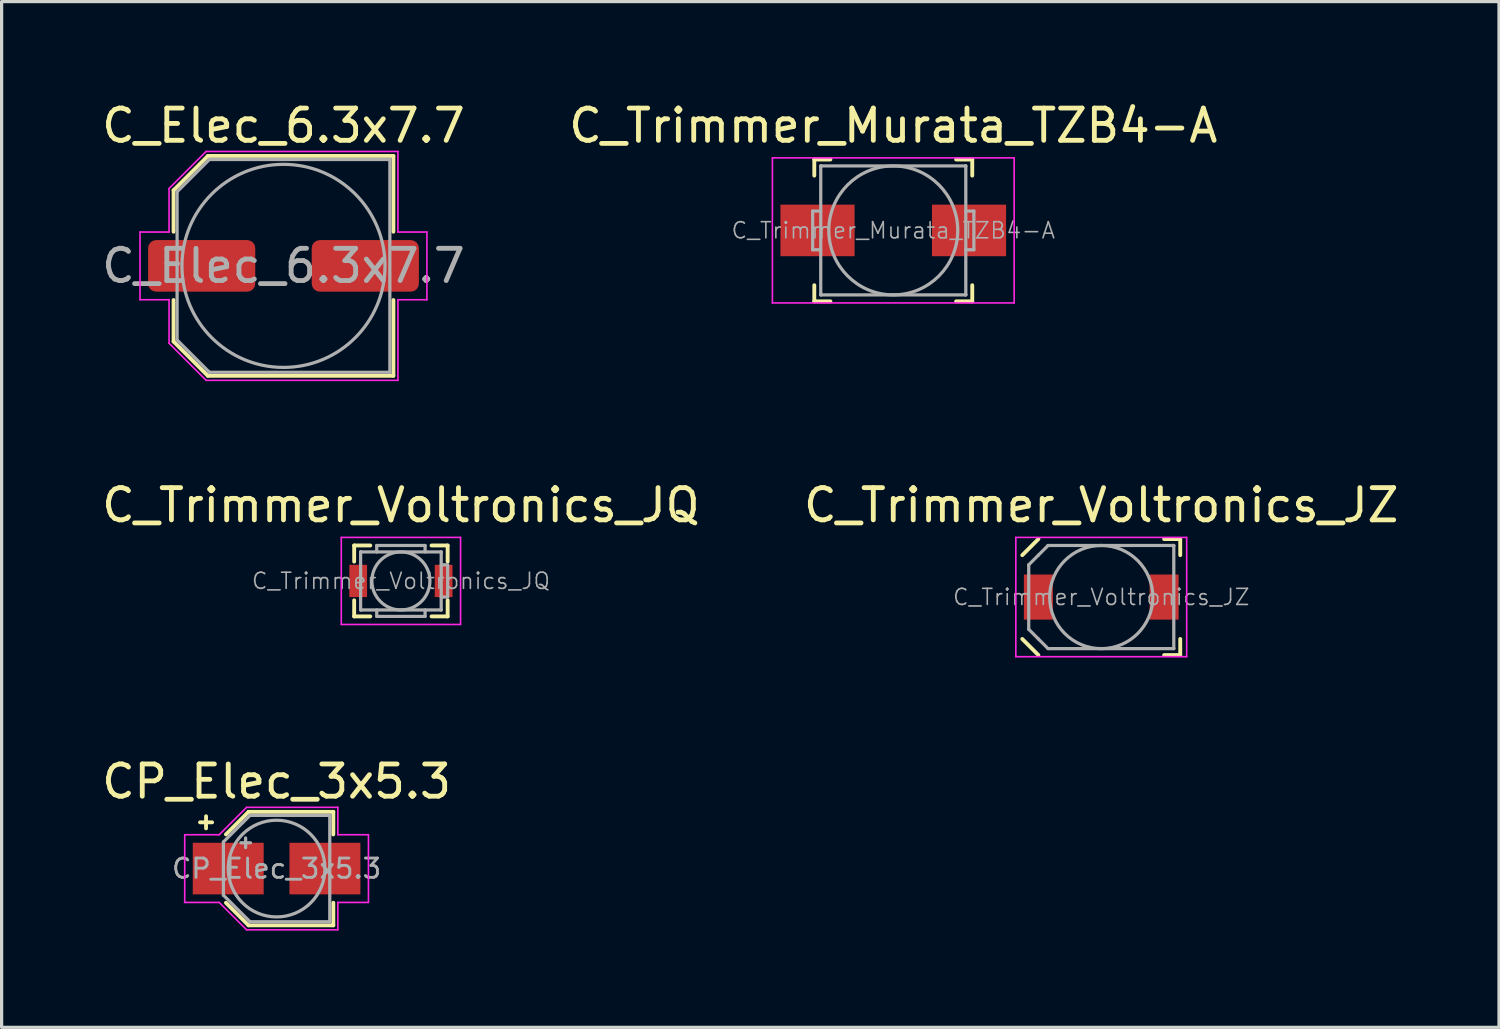
<source format=kicad_pcb>
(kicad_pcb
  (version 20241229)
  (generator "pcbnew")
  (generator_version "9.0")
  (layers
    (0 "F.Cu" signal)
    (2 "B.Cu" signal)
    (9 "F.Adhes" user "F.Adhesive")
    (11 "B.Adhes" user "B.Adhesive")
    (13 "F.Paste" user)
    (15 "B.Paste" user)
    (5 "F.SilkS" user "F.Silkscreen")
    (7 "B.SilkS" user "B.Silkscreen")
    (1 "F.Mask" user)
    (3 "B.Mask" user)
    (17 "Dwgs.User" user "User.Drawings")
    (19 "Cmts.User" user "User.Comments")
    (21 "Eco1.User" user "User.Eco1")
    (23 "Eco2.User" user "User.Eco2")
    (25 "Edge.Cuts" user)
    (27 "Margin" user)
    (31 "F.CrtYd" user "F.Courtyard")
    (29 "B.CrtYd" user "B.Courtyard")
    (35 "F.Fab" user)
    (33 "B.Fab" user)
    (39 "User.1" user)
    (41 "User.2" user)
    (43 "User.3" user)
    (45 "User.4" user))
  (footprint "CP_Elec_3x5.3"
    (layer "F.Cu")
    (at 5.53 23.895)
    (property "Reference" "CP_Elec_3x5.3" (at 0 -2.7 0) (layer "F.SilkS") (effects (font (size 1 1) (thickness 0.15))))
    (attr smd)
    (fp_line (start -2.375 -1.435) (end -2 -1.435) (stroke (width 0.12) (type solid)) (layer "F.SilkS"))
    (fp_line (start -2.188 -1.623) (end -2.188 -1.248) (stroke (width 0.12) (type solid)) (layer "F.SilkS"))
    (fp_line (start -1.571 -1.06) (end -0.871 -1.76) (stroke (width 0.12) (type solid)) (layer "F.SilkS"))
    (fp_line (start -1.571 1.06) (end -0.871 1.76) (stroke (width 0.12) (type solid)) (layer "F.SilkS"))
    (fp_line (start -0.871 -1.76) (end 1.76 -1.76) (stroke (width 0.12) (type solid)) (layer "F.SilkS"))
    (fp_line (start -0.871 1.76) (end 1.76 1.76) (stroke (width 0.12) (type solid)) (layer "F.SilkS"))
    (fp_line (start 1.76 -1.76) (end 1.76 -1.06) (stroke (width 0.12) (type solid)) (layer "F.SilkS"))
    (fp_line (start 1.76 1.76) (end 1.76 1.06) (stroke (width 0.12) (type solid)) (layer "F.SilkS"))
    (fp_line (start -2.85 -1.05) (end -2.85 1.05) (stroke (width 0.05) (type solid)) (layer "F.CrtYd"))
    (fp_line (start -2.85 1.05) (end -1.78 1.05) (stroke (width 0.05) (type solid)) (layer "F.CrtYd"))
    (fp_line (start -1.78 -1.05) (end -2.85 -1.05) (stroke (width 0.05) (type solid)) (layer "F.CrtYd"))
    (fp_line (start -1.78 -1.05) (end -0.93 -1.9) (stroke (width 0.05) (type solid)) (layer "F.CrtYd"))
    (fp_line (start -1.78 1.05) (end -0.93 1.9) (stroke (width 0.05) (type solid)) (layer "F.CrtYd"))
    (fp_line (start -0.93 -1.9) (end 1.9 -1.9) (stroke (width 0.05) (type solid)) (layer "F.CrtYd"))
    (fp_line (start -0.93 1.9) (end 1.9 1.9) (stroke (width 0.05) (type solid)) (layer "F.CrtYd"))
    (fp_line (start 1.9 -1.9) (end 1.9 -1.05) (stroke (width 0.05) (type solid)) (layer "F.CrtYd"))
    (fp_line (start 1.9 -1.05) (end 2.85 -1.05) (stroke (width 0.05) (type solid)) (layer "F.CrtYd"))
    (fp_line (start 1.9 1.05) (end 1.9 1.9) (stroke (width 0.05) (type solid)) (layer "F.CrtYd"))
    (fp_line (start 2.85 -1.05) (end 2.85 1.05) (stroke (width 0.05) (type solid)) (layer "F.CrtYd"))
    (fp_line (start 2.85 1.05) (end 1.9 1.05) (stroke (width 0.05) (type solid)) (layer "F.CrtYd"))
    (fp_line (start -1.65 -0.825) (end -1.65 0.825) (stroke (width 0.1) (type solid)) (layer "F.Fab"))
    (fp_line (start -1.65 -0.825) (end -0.825 -1.65) (stroke (width 0.1) (type solid)) (layer "F.Fab"))
    (fp_line (start -1.65 0.825) (end -0.825 1.65) (stroke (width 0.1) (type solid)) (layer "F.Fab"))
    (fp_line (start -1.11 -0.8) (end -0.81 -0.8) (stroke (width 0.1) (type solid)) (layer "F.Fab"))
    (fp_line (start -0.96 -0.95) (end -0.96 -0.65) (stroke (width 0.1) (type solid)) (layer "F.Fab"))
    (fp_line (start -0.825 -1.65) (end 1.65 -1.65) (stroke (width 0.1) (type solid)) (layer "F.Fab"))
    (fp_line (start -0.825 1.65) (end 1.65 1.65) (stroke (width 0.1) (type solid)) (layer "F.Fab"))
    (fp_line (start 1.65 -1.65) (end 1.65 1.65) (stroke (width 0.1) (type solid)) (layer "F.Fab"))
    (fp_circle (center 0 0) (end 1.5 0) (stroke (width 0.1) (type solid)) (fill no) (layer "F.Fab"))
    (fp_text user "${REFERENCE}" (at 0 0 0) (layer "F.Fab") (effects (font (size 0.6 0.6) (thickness 0.09))))
    (pad "1" smd rect (at -1.5 0) (size 2.2 1.6) (layers "F.Cu" "F.Mask" "F.Paste"))
    (pad "2" smd rect (at 1.5 0) (size 2.2 1.6) (layers "F.Cu" "F.Mask" "F.Paste")))
  (footprint "C_Trimmer_Voltronics_JQ"
    (layer "F.Cu")
    (at 9.387 14.972)
    (property "Reference" "C_Trimmer_Voltronics_JQ" (at 0 -2.35 0) (layer "F.SilkS") (effects (font (size 1 1) (thickness 0.15))))
    (attr smd)
    (fp_line (start -1.45 -1.1) (end -1.45 -0.6) (stroke (width 0.12) (type solid)) (layer "F.SilkS"))
    (fp_line (start -1.45 -1.1) (end -0.95 -1.1) (stroke (width 0.12) (type solid)) (layer "F.SilkS"))
    (fp_line (start -1.45 1.1) (end -1.45 0.6) (stroke (width 0.12) (type solid)) (layer "F.SilkS"))
    (fp_line (start -1.45 1.1) (end -0.95 1.1) (stroke (width 0.12) (type solid)) (layer "F.SilkS"))
    (fp_line (start 1.45 -1.1) (end 0.95 -1.1) (stroke (width 0.12) (type solid)) (layer "F.SilkS"))
    (fp_line (start 1.45 -1.1) (end 1.45 -0.6) (stroke (width 0.12) (type solid)) (layer "F.SilkS"))
    (fp_line (start 1.45 1.1) (end 0.95 1.1) (stroke (width 0.12) (type solid)) (layer "F.SilkS"))
    (fp_line (start 1.45 1.1) (end 1.45 0.6) (stroke (width 0.12) (type solid)) (layer "F.SilkS"))
    (fp_line (start -1.85 -1.35) (end -1.85 1.35) (stroke (width 0.05) (type solid)) (layer "F.CrtYd"))
    (fp_line (start -1.85 1.35) (end 1.85 1.35) (stroke (width 0.05) (type solid)) (layer "F.CrtYd"))
    (fp_line (start 1.85 -1.35) (end -1.85 -1.35) (stroke (width 0.05) (type solid)) (layer "F.CrtYd"))
    (fp_line (start 1.85 1.35) (end 1.85 -1.35) (stroke (width 0.05) (type solid)) (layer "F.CrtYd"))
    (fp_line (start -1.25 -0.9) (end -1.24 -0.9) (stroke (width 0.1) (type solid)) (layer "F.Fab"))
    (fp_line (start -1.25 -0.89) (end -1.25 -0.9) (stroke (width 0.1) (type solid)) (layer "F.Fab"))
    (fp_line (start -1.25 0.89) (end -1.25 -0.89) (stroke (width 0.1) (type solid)) (layer "F.Fab"))
    (fp_line (start -1.25 0.9) (end -1.25 0.89) (stroke (width 0.1) (type solid)) (layer "F.Fab"))
    (fp_line (start -1.24 -0.9) (end 1.24 -0.9) (stroke (width 0.1) (type solid)) (layer "F.Fab"))
    (fp_line (start -1.24 0.9) (end -1.25 0.9) (stroke (width 0.1) (type solid)) (layer "F.Fab"))
    (fp_line (start -0.75 -1.1) (end 0.75 -1.1) (stroke (width 0.1) (type solid)) (layer "F.Fab"))
    (fp_line (start -0.75 -0.9) (end -0.75 -1.1) (stroke (width 0.1) (type solid)) (layer "F.Fab"))
    (fp_line (start -0.75 0.9) (end -0.75 1.1) (stroke (width 0.1) (type solid)) (layer "F.Fab"))
    (fp_line (start -0.75 1.1) (end 0.75 1.1) (stroke (width 0.1) (type solid)) (layer "F.Fab"))
    (fp_line (start 0.75 -1.1) (end 0.75 -0.9) (stroke (width 0.1) (type solid)) (layer "F.Fab"))
    (fp_line (start 0.75 1.1) (end 0.75 0.9) (stroke (width 0.1) (type solid)) (layer "F.Fab"))
    (fp_line (start 1.24 -0.9) (end 1.25 -0.9) (stroke (width 0.1) (type solid)) (layer "F.Fab"))
    (fp_line (start 1.24 0.9) (end -1.24 0.9) (stroke (width 0.1) (type solid)) (layer "F.Fab"))
    (fp_line (start 1.25 -0.9) (end 1.25 -0.89) (stroke (width 0.1) (type solid)) (layer "F.Fab"))
    (fp_line (start 1.25 -0.89) (end 1.25 0.89) (stroke (width 0.1) (type solid)) (layer "F.Fab"))
    (fp_line (start 1.25 -0.5) (end 1.45 -0.5) (stroke (width 0.1) (type solid)) (layer "F.Fab"))
    (fp_line (start 1.25 0.89) (end 1.25 0.9) (stroke (width 0.1) (type solid)) (layer "F.Fab"))
    (fp_line (start 1.25 0.9) (end 1.24 0.9) (stroke (width 0.1) (type solid)) (layer "F.Fab"))
    (fp_line (start 1.45 -0.5) (end 1.45 0.5) (stroke (width 0.1) (type solid)) (layer "F.Fab"))
    (fp_line (start 1.45 0.5) (end 1.25 0.5) (stroke (width 0.1) (type solid)) (layer "F.Fab"))
    (fp_circle (center 0 0) (end 0.9 0) (stroke (width 0.1) (type solid)) (fill no) (layer "F.Fab"))
    (fp_text user "${REFERENCE}" (at 0 0 0) (layer "F.Fab") (effects (font (size 0.5 0.5) (thickness 0.05))))
    (pad "1" smd rect (at -1.325 0) (size 0.55 1) (layers "F.Cu" "F.Mask" "F.Paste"))
    (pad "2" smd rect (at 1.325 0) (size 0.55 1) (layers "F.Cu" "F.Mask" "F.Paste")))
  (footprint "C_Trimmer_Murata_TZB4-A"
    (layer "F.Cu")
    (at 24.661 4.098)
    (property "Reference" "C_Trimmer_Murata_TZB4-A" (at 0 -3.25 0) (layer "F.SilkS") (effects (font (size 1 1) (thickness 0.15))))
    (attr smd)
    (fp_line (start -2.45 -2.2) (end -2.45 -1.7) (stroke (width 0.12) (type solid)) (layer "F.SilkS"))
    (fp_line (start -2.45 -2.2) (end -1.95 -2.2) (stroke (width 0.12) (type solid)) (layer "F.SilkS"))
    (fp_line (start -2.45 2.2) (end -2.45 1.7) (stroke (width 0.12) (type solid)) (layer "F.SilkS"))
    (fp_line (start -2.45 2.2) (end -1.95 2.2) (stroke (width 0.12) (type solid)) (layer "F.SilkS"))
    (fp_line (start 2.45 -2.2) (end 1.95 -2.2) (stroke (width 0.12) (type solid)) (layer "F.SilkS"))
    (fp_line (start 2.45 -2.2) (end 2.45 -1.7) (stroke (width 0.12) (type solid)) (layer "F.SilkS"))
    (fp_line (start 2.45 2.2) (end 1.95 2.2) (stroke (width 0.12) (type solid)) (layer "F.SilkS"))
    (fp_line (start 2.45 2.2) (end 2.45 1.7) (stroke (width 0.12) (type solid)) (layer "F.SilkS"))
    (fp_line (start -3.75 -2.25) (end -3.75 2.25) (stroke (width 0.05) (type solid)) (layer "F.CrtYd"))
    (fp_line (start -3.75 2.25) (end 3.75 2.25) (stroke (width 0.05) (type solid)) (layer "F.CrtYd"))
    (fp_line (start 3.75 -2.25) (end -3.75 -2.25) (stroke (width 0.05) (type solid)) (layer "F.CrtYd"))
    (fp_line (start 3.75 2.25) (end 3.75 -2.25) (stroke (width 0.05) (type solid)) (layer "F.CrtYd"))
    (fp_line (start -2.5 -0.6) (end -2.5 0.6) (stroke (width 0.1) (type solid)) (layer "F.Fab"))
    (fp_line (start -2.5 0.6) (end -2.25 0.6) (stroke (width 0.1) (type solid)) (layer "F.Fab"))
    (fp_line (start -2.25 -2) (end -2.24 -2) (stroke (width 0.1) (type solid)) (layer "F.Fab"))
    (fp_line (start -2.25 -1.99) (end -2.25 -2) (stroke (width 0.1) (type solid)) (layer "F.Fab"))
    (fp_line (start -2.25 -0.6) (end -2.5 -0.6) (stroke (width 0.1) (type solid)) (layer "F.Fab"))
    (fp_line (start -2.25 1.99) (end -2.25 -1.99) (stroke (width 0.1) (type solid)) (layer "F.Fab"))
    (fp_line (start -2.25 2) (end -2.25 1.99) (stroke (width 0.1) (type solid)) (layer "F.Fab"))
    (fp_line (start -2.24 -2) (end 2.24 -2) (stroke (width 0.1) (type solid)) (layer "F.Fab"))
    (fp_line (start -2.24 2) (end -2.25 2) (stroke (width 0.1) (type solid)) (layer "F.Fab"))
    (fp_line (start 2.24 -2) (end 2.25 -2) (stroke (width 0.1) (type solid)) (layer "F.Fab"))
    (fp_line (start 2.24 2) (end -2.24 2) (stroke (width 0.1) (type solid)) (layer "F.Fab"))
    (fp_line (start 2.25 -2) (end 2.25 -1.99) (stroke (width 0.1) (type solid)) (layer "F.Fab"))
    (fp_line (start 2.25 -1.99) (end 2.25 1.99) (stroke (width 0.1) (type solid)) (layer "F.Fab"))
    (fp_line (start 2.25 -0.6) (end 2.5 -0.6) (stroke (width 0.1) (type solid)) (layer "F.Fab"))
    (fp_line (start 2.25 1.99) (end 2.25 2) (stroke (width 0.1) (type solid)) (layer "F.Fab"))
    (fp_line (start 2.25 2) (end 2.24 2) (stroke (width 0.1) (type solid)) (layer "F.Fab"))
    (fp_line (start 2.5 -0.6) (end 2.5 0.6) (stroke (width 0.1) (type solid)) (layer "F.Fab"))
    (fp_line (start 2.5 0.6) (end 2.25 0.6) (stroke (width 0.1) (type solid)) (layer "F.Fab"))
    (fp_circle (center 0 0) (end 2 0) (stroke (width 0.1) (type solid)) (fill no) (layer "F.Fab"))
    (fp_text user "${REFERENCE}" (at 0 0 0) (layer "F.Fab") (effects (font (size 0.5 0.5) (thickness 0.05))))
    (pad "1" smd rect (at -2.35 0) (size 2.3 1.6) (layers "F.Cu" "F.Mask" "F.Paste"))
    (pad "2" smd rect (at 2.35 0) (size 2.3 1.6) (layers "F.Cu" "F.Mask" "F.Paste")))
  (footprint "C_Elec_6.3x7.7"
    (layer "F.Cu")
    (at 5.744 5.198)
    (property "Reference" "C_Elec_6.3x7.7" (at 0 -4.35 0) (layer "F.SilkS") (effects (font (size 1 1) (thickness 0.15))))
    (attr smd)
    (fp_line (start -3.41 -2.346) (end -3.41 -1.06) (stroke (width 0.12) (type solid)) (layer "F.SilkS"))
    (fp_line (start -3.41 -2.346) (end -2.346 -3.41) (stroke (width 0.12) (type solid)) (layer "F.SilkS"))
    (fp_line (start -3.41 2.346) (end -3.41 1.06) (stroke (width 0.12) (type solid)) (layer "F.SilkS"))
    (fp_line (start -3.41 2.346) (end -2.346 3.41) (stroke (width 0.12) (type solid)) (layer "F.SilkS"))
    (fp_line (start -2.346 -3.41) (end 3.41 -3.41) (stroke (width 0.12) (type solid)) (layer "F.SilkS"))
    (fp_line (start -2.346 3.41) (end 3.41 3.41) (stroke (width 0.12) (type solid)) (layer "F.SilkS"))
    (fp_line (start 3.41 -3.41) (end 3.41 -1.06) (stroke (width 0.12) (type solid)) (layer "F.SilkS"))
    (fp_line (start 3.41 3.41) (end 3.41 1.06) (stroke (width 0.12) (type solid)) (layer "F.SilkS"))
    (fp_line (start -4.45 -1.05) (end -4.45 1.05) (stroke (width 0.05) (type solid)) (layer "F.CrtYd"))
    (fp_line (start -4.45 1.05) (end -3.55 1.05) (stroke (width 0.05) (type solid)) (layer "F.CrtYd"))
    (fp_line (start -3.55 -2.4) (end -3.55 -1.05) (stroke (width 0.05) (type solid)) (layer "F.CrtYd"))
    (fp_line (start -3.55 -2.4) (end -2.4 -3.55) (stroke (width 0.05) (type solid)) (layer "F.CrtYd"))
    (fp_line (start -3.55 -1.05) (end -4.45 -1.05) (stroke (width 0.05) (type solid)) (layer "F.CrtYd"))
    (fp_line (start -3.55 1.05) (end -3.55 2.4) (stroke (width 0.05) (type solid)) (layer "F.CrtYd"))
    (fp_line (start -3.55 2.4) (end -2.4 3.55) (stroke (width 0.05) (type solid)) (layer "F.CrtYd"))
    (fp_line (start -2.4 -3.55) (end 3.55 -3.55) (stroke (width 0.05) (type solid)) (layer "F.CrtYd"))
    (fp_line (start -2.4 3.55) (end 3.55 3.55) (stroke (width 0.05) (type solid)) (layer "F.CrtYd"))
    (fp_line (start 3.55 -3.55) (end 3.55 -1.05) (stroke (width 0.05) (type solid)) (layer "F.CrtYd"))
    (fp_line (start 3.55 -1.05) (end 4.45 -1.05) (stroke (width 0.05) (type solid)) (layer "F.CrtYd"))
    (fp_line (start 3.55 1.05) (end 3.55 3.55) (stroke (width 0.05) (type solid)) (layer "F.CrtYd"))
    (fp_line (start 4.45 -1.05) (end 4.45 1.05) (stroke (width 0.05) (type solid)) (layer "F.CrtYd"))
    (fp_line (start 4.45 1.05) (end 3.55 1.05) (stroke (width 0.05) (type solid)) (layer "F.CrtYd"))
    (fp_line (start -3.3 -2.3) (end -3.3 2.3) (stroke (width 0.1) (type solid)) (layer "F.Fab"))
    (fp_line (start -3.3 -2.3) (end -2.3 -3.3) (stroke (width 0.1) (type solid)) (layer "F.Fab"))
    (fp_line (start -3.3 2.3) (end -2.3 3.3) (stroke (width 0.1) (type solid)) (layer "F.Fab"))
    (fp_line (start -2.3 -3.3) (end 3.3 -3.3) (stroke (width 0.1) (type solid)) (layer "F.Fab"))
    (fp_line (start -2.3 3.3) (end 3.3 3.3) (stroke (width 0.1) (type solid)) (layer "F.Fab"))
    (fp_line (start 3.3 -3.3) (end 3.3 3.3) (stroke (width 0.1) (type solid)) (layer "F.Fab"))
    (fp_circle (center 0 0) (end 3.15 0) (stroke (width 0.1) (type solid)) (fill no) (layer "F.Fab"))
    (fp_text user "${REFERENCE}" (at 0 0 0) (layer "F.Fab") (effects (font (size 1 1) (thickness 0.15))))
    (pad "1" smd roundrect (at -2.538 0) (size 3.325 1.6) (layers "F.Cu" "F.Mask" "F.Paste") (roundrect_rratio 0.156))
    (pad "2" smd roundrect (at 2.538 0) (size 3.325 1.6) (layers "F.Cu" "F.Mask" "F.Paste") (roundrect_rratio 0.156)))
  (footprint "C_Trimmer_Voltronics_JZ"
    (layer "F.Cu")
    (at 31.113 15.472)
    (property "Reference" "C_Trimmer_Voltronics_JZ" (at 0 -2.85 0) (layer "F.SilkS") (effects (font (size 1 1) (thickness 0.15))))
    (attr smd)
    (fp_line (start -2.45 -1.3) (end -1.95 -1.8) (stroke (width 0.12) (type solid)) (layer "F.SilkS"))
    (fp_line (start -2.45 1.3) (end -1.95 1.8) (stroke (width 0.12) (type solid)) (layer "F.SilkS"))
    (fp_line (start 2.45 -1.8) (end 1.95 -1.8) (stroke (width 0.12) (type solid)) (layer "F.SilkS"))
    (fp_line (start 2.45 -1.8) (end 2.45 -1.3) (stroke (width 0.12) (type solid)) (layer "F.SilkS"))
    (fp_line (start 2.45 1.8) (end 1.95 1.8) (stroke (width 0.12) (type solid)) (layer "F.SilkS"))
    (fp_line (start 2.45 1.8) (end 2.45 1.3) (stroke (width 0.12) (type solid)) (layer "F.SilkS"))
    (fp_line (start -2.65 -1.85) (end -2.65 1.85) (stroke (width 0.05) (type solid)) (layer "F.CrtYd"))
    (fp_line (start -2.65 1.85) (end 2.65 1.85) (stroke (width 0.05) (type solid)) (layer "F.CrtYd"))
    (fp_line (start 2.65 -1.85) (end -2.65 -1.85) (stroke (width 0.05) (type solid)) (layer "F.CrtYd"))
    (fp_line (start 2.65 1.85) (end 2.65 -1.85) (stroke (width 0.05) (type solid)) (layer "F.CrtYd"))
    (fp_line (start -2.25 -1) (end -1.95 -1.3) (stroke (width 0.1) (type solid)) (layer "F.Fab"))
    (fp_line (start -2.25 1) (end -2.25 -1) (stroke (width 0.1) (type solid)) (layer "F.Fab"))
    (fp_line (start -1.95 -1.3) (end -1.65 -1.6) (stroke (width 0.1) (type solid)) (layer "F.Fab"))
    (fp_line (start -1.95 1.3) (end -2.25 1) (stroke (width 0.1) (type solid)) (layer "F.Fab"))
    (fp_line (start -1.65 -1.6) (end 2.24 -1.6) (stroke (width 0.1) (type solid)) (layer "F.Fab"))
    (fp_line (start -1.65 1.6) (end -1.95 1.3) (stroke (width 0.1) (type solid)) (layer "F.Fab"))
    (fp_line (start 2.24 -1.6) (end 2.25 -1.6) (stroke (width 0.1) (type solid)) (layer "F.Fab"))
    (fp_line (start 2.24 1.6) (end -1.65 1.6) (stroke (width 0.1) (type solid)) (layer "F.Fab"))
    (fp_line (start 2.25 -1.6) (end 2.25 -1.59) (stroke (width 0.1) (type solid)) (layer "F.Fab"))
    (fp_line (start 2.25 -1.59) (end 2.25 1.59) (stroke (width 0.1) (type solid)) (layer "F.Fab"))
    (fp_line (start 2.25 1.59) (end 2.25 1.6) (stroke (width 0.1) (type solid)) (layer "F.Fab"))
    (fp_line (start 2.25 1.6) (end 2.24 1.6) (stroke (width 0.1) (type solid)) (layer "F.Fab"))
    (fp_circle (center 0 0) (end 1.6 0) (stroke (width 0.1) (type solid)) (fill no) (layer "F.Fab"))
    (fp_text user "${REFERENCE}" (at 0 0 0) (layer "F.Fab") (effects (font (size 0.5 0.5) (thickness 0.05))))
    (pad "1" smd rect (at -1.95 0) (size 0.9 1.4) (layers "F.Cu" "F.Mask" "F.Paste"))
    (pad "2" smd rect (at 1.95 0) (size 0.9 1.4) (layers "F.Cu" "F.Mask" "F.Paste")))
  (gr_rect
    (start -3 -3)
    (end 43.452 28.82)
    (stroke (width 0.1) (type default))
    (fill no)
    (layer "Edge.Cuts")))
</source>
